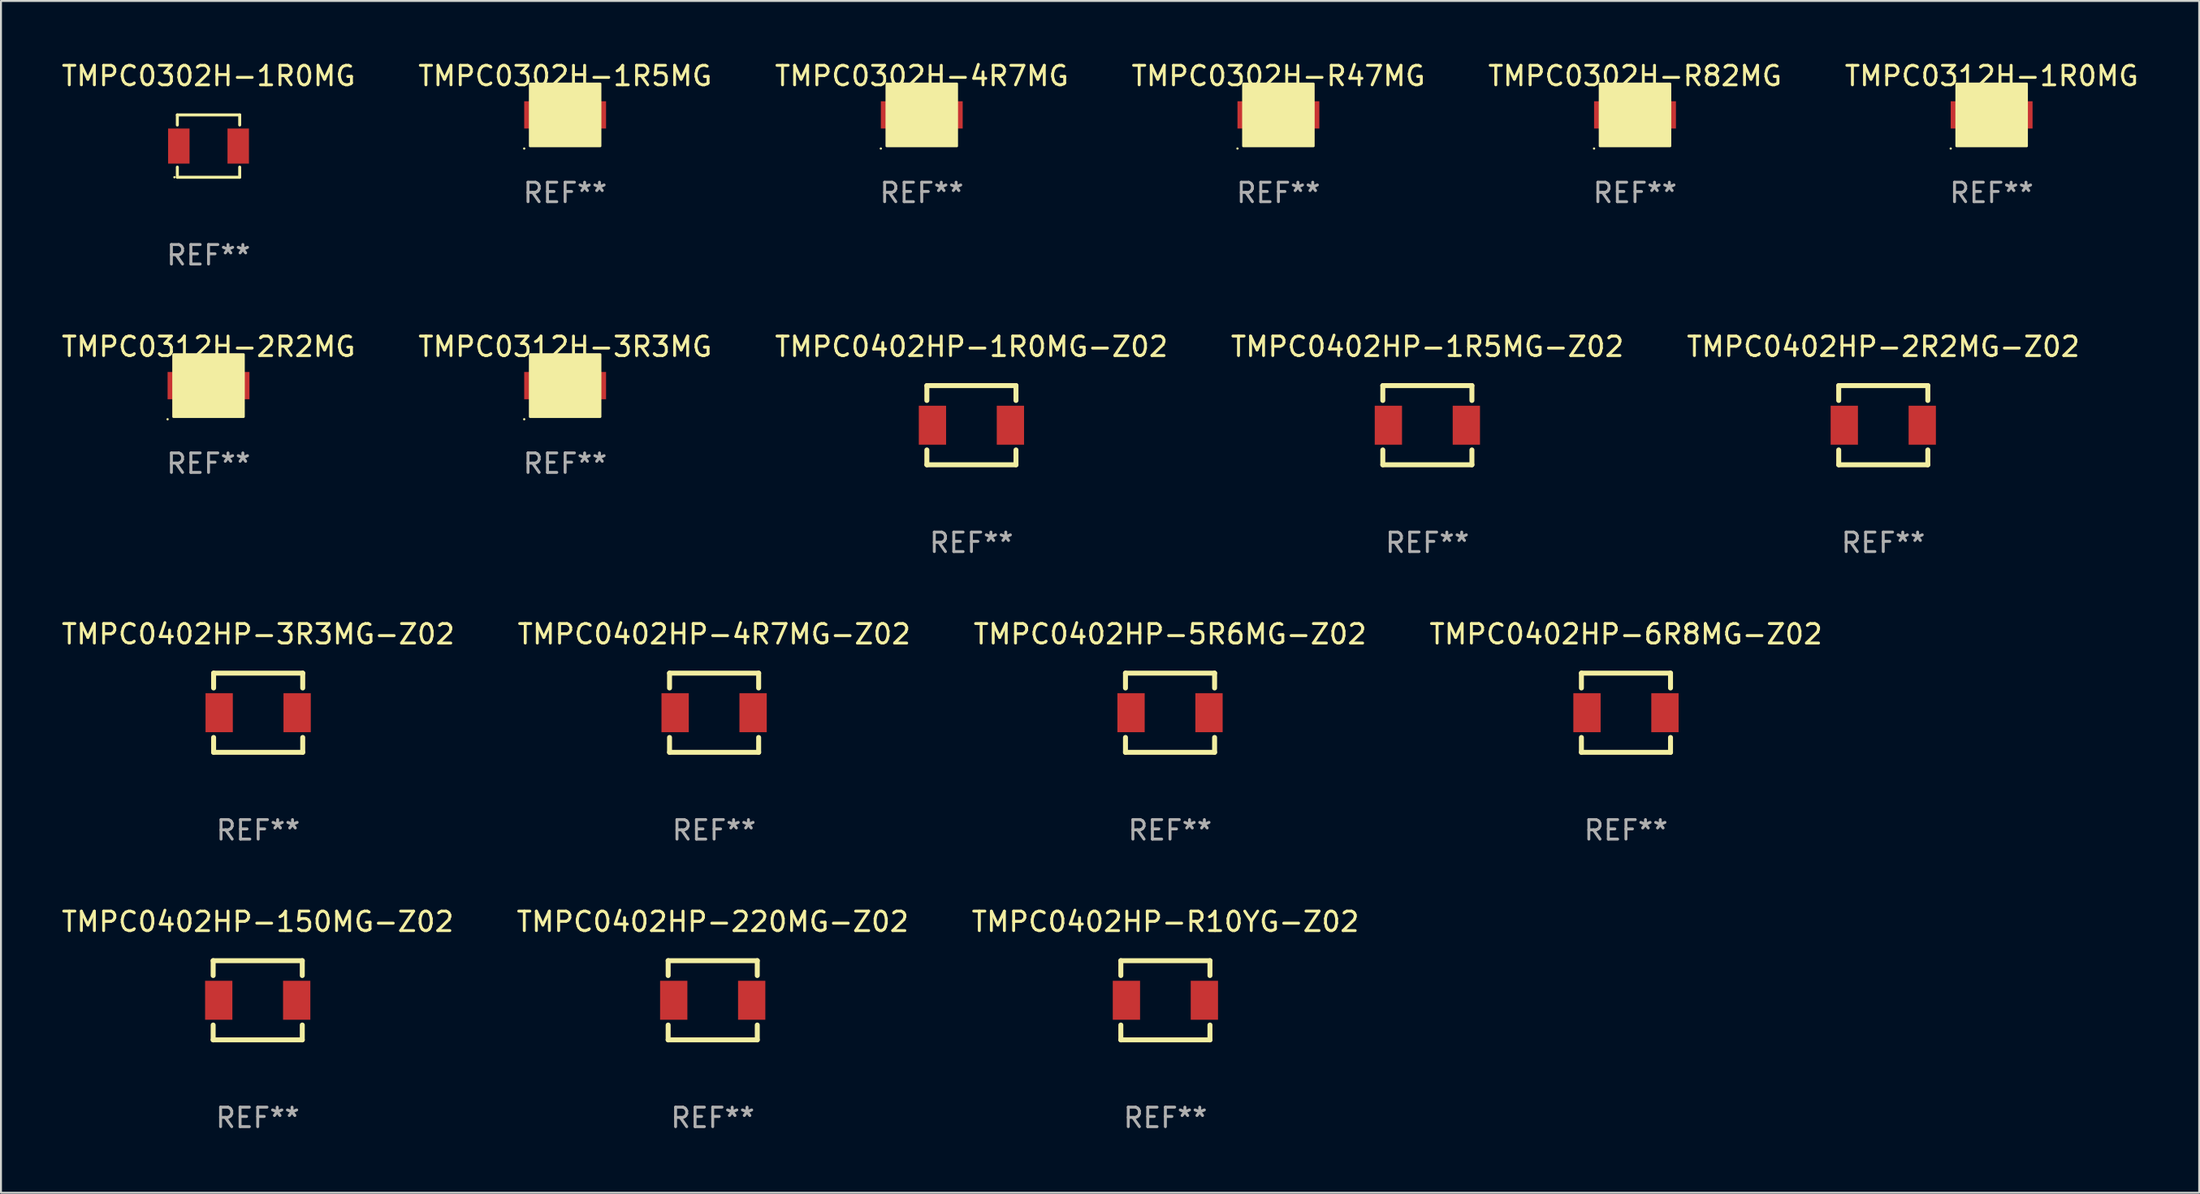
<source format=kicad_pcb>
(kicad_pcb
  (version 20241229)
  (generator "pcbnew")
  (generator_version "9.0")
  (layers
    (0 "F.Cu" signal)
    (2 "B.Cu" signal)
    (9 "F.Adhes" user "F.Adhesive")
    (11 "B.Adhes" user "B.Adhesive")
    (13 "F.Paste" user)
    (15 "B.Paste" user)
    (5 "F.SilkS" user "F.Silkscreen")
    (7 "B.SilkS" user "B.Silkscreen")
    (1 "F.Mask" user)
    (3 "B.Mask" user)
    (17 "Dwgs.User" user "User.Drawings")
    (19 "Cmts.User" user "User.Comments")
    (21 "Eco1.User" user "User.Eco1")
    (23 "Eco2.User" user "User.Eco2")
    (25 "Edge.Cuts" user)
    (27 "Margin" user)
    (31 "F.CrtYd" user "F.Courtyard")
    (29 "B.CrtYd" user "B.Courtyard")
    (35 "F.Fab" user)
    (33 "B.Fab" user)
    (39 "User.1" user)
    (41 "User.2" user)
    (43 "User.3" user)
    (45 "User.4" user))
  (footprint "TMPC0302H-1R0MG"
    (layer "F.Cu")
    (at 7.649 4.448)
    (property "Reference" "TMPC0302H-1R0MG" (at 0 -3.6 0) (layer "F.SilkS") (effects (font (size 1 1) (thickness 0.15))))
    (attr through_hole)
    (fp_line (start -1.6 -1.6) (end 1.6 -1.6) (stroke (width 0.152) (type solid)) (layer "F.SilkS"))
    (fp_line (start -1.6 -1.08) (end -1.6 -1.6) (stroke (width 0.152) (type solid)) (layer "F.SilkS"))
    (fp_line (start -1.6 1.6) (end -1.6 1.08) (stroke (width 0.152) (type solid)) (layer "F.SilkS"))
    (fp_line (start 1.6 -1.6) (end 1.6 -1.08) (stroke (width 0.152) (type solid)) (layer "F.SilkS"))
    (fp_line (start 1.6 1.08) (end 1.6 1.6) (stroke (width 0.152) (type solid)) (layer "F.SilkS"))
    (fp_line (start 1.6 1.6) (end -1.6 1.6) (stroke (width 0.152) (type solid)) (layer "F.SilkS"))
    (fp_circle (center -1.75 1.6) (end -1.72 1.6) (stroke (width 0.06) (type solid)) (fill no) (layer "F.SilkS"))
    (fp_text user "REF**" (at 0 5.6 0) (layer "F.Fab") (effects (font (size 1 1) (thickness 0.15))))
    (pad "1" smd rect (at -1.524 0) (size 1.1 1.8) (layers "F.Cu" "F.Mask" "F.Paste"))
    (pad "2" smd rect (at 1.524 0) (size 1.1 1.8) (layers "F.Cu" "F.Mask" "F.Paste")))
  (footprint "TMPC0402HP-R10YG-Z02"
    (layer "F.Cu")
    (at 56.744 48.298)
    (property "Reference" "TMPC0402HP-R10YG-Z02" (at 0 -4.032 0) (layer "F.SilkS") (effects (font (size 1 1) (thickness 0.15))))
    (attr through_hole)
    (fp_line (start -2.286 -2.032) (end 2.286 -2.032) (stroke (width 0.254) (type solid)) (layer "F.SilkS"))
    (fp_line (start -2.286 -1.27) (end -2.286 -2.032) (stroke (width 0.254) (type solid)) (layer "F.SilkS"))
    (fp_line (start -2.286 2.032) (end -2.286 1.27) (stroke (width 0.254) (type solid)) (layer "F.SilkS"))
    (fp_line (start 2.286 -2.032) (end 2.286 -1.27) (stroke (width 0.254) (type solid)) (layer "F.SilkS"))
    (fp_line (start 2.286 1.27) (end 2.286 2.032) (stroke (width 0.254) (type solid)) (layer "F.SilkS"))
    (fp_line (start 2.286 2.032) (end -2.286 2.032) (stroke (width 0.254) (type solid)) (layer "F.SilkS"))
    (fp_circle (center -2.25 2.05) (end -2.22 2.05) (stroke (width 0.06) (type solid)) (fill no) (layer "F.SilkS"))
    (fp_text user "REF**" (at 0 6.032 0) (layer "F.Fab") (effects (font (size 1 1) (thickness 0.15))))
    (pad "1" smd rect (at -2 0 90) (size 2 1.4) (layers "F.Cu" "F.Mask" "F.Paste"))
    (pad "2" smd rect (at 2 0 90) (size 2 1.4) (layers "F.Cu" "F.Mask" "F.Paste")))
  (footprint "TMPC0402HP-1R5MG-Z02"
    (layer "F.Cu")
    (at 70.185 18.777)
    (property "Reference" "TMPC0402HP-1R5MG-Z02" (at 0 -4.032 0) (layer "F.SilkS") (effects (font (size 1 1) (thickness 0.15))))
    (attr through_hole)
    (fp_line (start -2.286 -2.032) (end 2.286 -2.032) (stroke (width 0.254) (type solid)) (layer "F.SilkS"))
    (fp_line (start -2.286 -1.27) (end -2.286 -2.032) (stroke (width 0.254) (type solid)) (layer "F.SilkS"))
    (fp_line (start -2.286 2.032) (end -2.286 1.27) (stroke (width 0.254) (type solid)) (layer "F.SilkS"))
    (fp_line (start 2.286 -2.032) (end 2.286 -1.27) (stroke (width 0.254) (type solid)) (layer "F.SilkS"))
    (fp_line (start 2.286 1.27) (end 2.286 2.032) (stroke (width 0.254) (type solid)) (layer "F.SilkS"))
    (fp_line (start 2.286 2.032) (end -2.286 2.032) (stroke (width 0.254) (type solid)) (layer "F.SilkS"))
    (fp_circle (center -2.25 2.05) (end -2.22 2.05) (stroke (width 0.06) (type solid)) (fill no) (layer "F.SilkS"))
    (fp_text user "REF**" (at 0 6.032 0) (layer "F.Fab") (effects (font (size 1 1) (thickness 0.15))))
    (pad "1" smd rect (at -2 0 90) (size 2 1.4) (layers "F.Cu" "F.Mask" "F.Paste"))
    (pad "2" smd rect (at 2 0 90) (size 2 1.4) (layers "F.Cu" "F.Mask" "F.Paste")))
  (footprint "TMPC0402HP-2R2MG-Z02"
    (layer "F.Cu")
    (at 93.577 18.777)
    (property "Reference" "TMPC0402HP-2R2MG-Z02" (at 0 -4.032 0) (layer "F.SilkS") (effects (font (size 1 1) (thickness 0.15))))
    (attr through_hole)
    (fp_line (start -2.286 -2.032) (end 2.286 -2.032) (stroke (width 0.254) (type solid)) (layer "F.SilkS"))
    (fp_line (start -2.286 -1.27) (end -2.286 -2.032) (stroke (width 0.254) (type solid)) (layer "F.SilkS"))
    (fp_line (start -2.286 2.032) (end -2.286 1.27) (stroke (width 0.254) (type solid)) (layer "F.SilkS"))
    (fp_line (start 2.286 -2.032) (end 2.286 -1.27) (stroke (width 0.254) (type solid)) (layer "F.SilkS"))
    (fp_line (start 2.286 1.27) (end 2.286 2.032) (stroke (width 0.254) (type solid)) (layer "F.SilkS"))
    (fp_line (start 2.286 2.032) (end -2.286 2.032) (stroke (width 0.254) (type solid)) (layer "F.SilkS"))
    (fp_circle (center -2.25 2.05) (end -2.22 2.05) (stroke (width 0.06) (type solid)) (fill no) (layer "F.SilkS"))
    (fp_text user "REF**" (at 0 6.032 0) (layer "F.Fab") (effects (font (size 1 1) (thickness 0.15))))
    (pad "1" smd rect (at -2 0 90) (size 2 1.4) (layers "F.Cu" "F.Mask" "F.Paste"))
    (pad "2" smd rect (at 2 0 90) (size 2 1.4) (layers "F.Cu" "F.Mask" "F.Paste")))
  (footprint "TMPC0402HP-3R3MG-Z02"
    (layer "F.Cu")
    (at 10.196 33.537)
    (property "Reference" "TMPC0402HP-3R3MG-Z02" (at 0 -4.032 0) (layer "F.SilkS") (effects (font (size 1 1) (thickness 0.15))))
    (attr through_hole)
    (fp_line (start -2.286 -2.032) (end 2.286 -2.032) (stroke (width 0.254) (type solid)) (layer "F.SilkS"))
    (fp_line (start -2.286 -1.27) (end -2.286 -2.032) (stroke (width 0.254) (type solid)) (layer "F.SilkS"))
    (fp_line (start -2.286 2.032) (end -2.286 1.27) (stroke (width 0.254) (type solid)) (layer "F.SilkS"))
    (fp_line (start 2.286 -2.032) (end 2.286 -1.27) (stroke (width 0.254) (type solid)) (layer "F.SilkS"))
    (fp_line (start 2.286 1.27) (end 2.286 2.032) (stroke (width 0.254) (type solid)) (layer "F.SilkS"))
    (fp_line (start 2.286 2.032) (end -2.286 2.032) (stroke (width 0.254) (type solid)) (layer "F.SilkS"))
    (fp_circle (center -2.25 2.05) (end -2.22 2.05) (stroke (width 0.06) (type solid)) (fill no) (layer "F.SilkS"))
    (fp_text user "REF**" (at 0 6.032 0) (layer "F.Fab") (effects (font (size 1 1) (thickness 0.15))))
    (pad "1" smd rect (at -2 0 90) (size 2 1.4) (layers "F.Cu" "F.Mask" "F.Paste"))
    (pad "2" smd rect (at 2 0 90) (size 2 1.4) (layers "F.Cu" "F.Mask" "F.Paste")))
  (footprint "TMPC0402HP-5R6MG-Z02"
    (layer "F.Cu")
    (at 56.982 33.537)
    (property "Reference" "TMPC0402HP-5R6MG-Z02" (at 0 -4.032 0) (layer "F.SilkS") (effects (font (size 1 1) (thickness 0.15))))
    (attr through_hole)
    (fp_line (start -2.286 -2.032) (end 2.286 -2.032) (stroke (width 0.254) (type solid)) (layer "F.SilkS"))
    (fp_line (start -2.286 -1.27) (end -2.286 -2.032) (stroke (width 0.254) (type solid)) (layer "F.SilkS"))
    (fp_line (start -2.286 2.032) (end -2.286 1.27) (stroke (width 0.254) (type solid)) (layer "F.SilkS"))
    (fp_line (start 2.286 -2.032) (end 2.286 -1.27) (stroke (width 0.254) (type solid)) (layer "F.SilkS"))
    (fp_line (start 2.286 1.27) (end 2.286 2.032) (stroke (width 0.254) (type solid)) (layer "F.SilkS"))
    (fp_line (start 2.286 2.032) (end -2.286 2.032) (stroke (width 0.254) (type solid)) (layer "F.SilkS"))
    (fp_circle (center -2.25 2.05) (end -2.22 2.05) (stroke (width 0.06) (type solid)) (fill no) (layer "F.SilkS"))
    (fp_text user "REF**" (at 0 6.032 0) (layer "F.Fab") (effects (font (size 1 1) (thickness 0.15))))
    (pad "1" smd rect (at -2 0 90) (size 2 1.4) (layers "F.Cu" "F.Mask" "F.Paste"))
    (pad "2" smd rect (at 2 0 90) (size 2 1.4) (layers "F.Cu" "F.Mask" "F.Paste")))
  (footprint "TMPC0312H-1R0MG"
    (layer "F.Cu")
    (at 99.137 2.848)
    (property "Reference" "TMPC0312H-1R0MG" (at 0 -2 0) (layer "F.SilkS") (effects (font (size 1 1) (thickness 0.15))))
    (attr through_hole)
    (fp_circle (center -2.1 1.727) (end -2.07 1.727) (stroke (width 0.06) (type solid)) (fill no) (layer "F.SilkS"))
    (fp_poly (pts (xy -1.8 -1.6) (xy 1.8 -1.6) (xy 1.8 1.6) (xy -1.8 1.6)) (stroke (width 0.12) (type solid)) (fill yes) (layer "F.SilkS"))
    (fp_text user "REF**" (at 0 4 0) (layer "F.Fab") (effects (font (size 1 1) (thickness 0.15))))
    (pad "1" smd rect (at -1.6 0) (size 1 1.4) (layers "F.Cu" "F.Mask" "F.Paste"))
    (pad "2" smd rect (at 1.6 0) (size 1 1.4) (layers "F.Cu" "F.Mask" "F.Paste")))
  (footprint "TMPC0402HP-220MG-Z02"
    (layer "F.Cu")
    (at 33.518 48.298)
    (property "Reference" "TMPC0402HP-220MG-Z02" (at 0 -4.032 0) (layer "F.SilkS") (effects (font (size 1 1) (thickness 0.15))))
    (attr through_hole)
    (fp_line (start -2.286 -2.032) (end 2.286 -2.032) (stroke (width 0.254) (type solid)) (layer "F.SilkS"))
    (fp_line (start -2.286 -1.27) (end -2.286 -2.032) (stroke (width 0.254) (type solid)) (layer "F.SilkS"))
    (fp_line (start -2.286 2.032) (end -2.286 1.27) (stroke (width 0.254) (type solid)) (layer "F.SilkS"))
    (fp_line (start 2.286 -2.032) (end 2.286 -1.27) (stroke (width 0.254) (type solid)) (layer "F.SilkS"))
    (fp_line (start 2.286 1.27) (end 2.286 2.032) (stroke (width 0.254) (type solid)) (layer "F.SilkS"))
    (fp_line (start 2.286 2.032) (end -2.286 2.032) (stroke (width 0.254) (type solid)) (layer "F.SilkS"))
    (fp_circle (center -2.25 2.05) (end -2.22 2.05) (stroke (width 0.06) (type solid)) (fill no) (layer "F.SilkS"))
    (fp_text user "REF**" (at 0 6.032 0) (layer "F.Fab") (effects (font (size 1 1) (thickness 0.15))))
    (pad "1" smd rect (at -2 0 90) (size 2 1.4) (layers "F.Cu" "F.Mask" "F.Paste"))
    (pad "2" smd rect (at 2 0 90) (size 2 1.4) (layers "F.Cu" "F.Mask" "F.Paste")))
  (footprint "TMPC0302H-1R5MG"
    (layer "F.Cu")
    (at 25.946 2.848)
    (property "Reference" "TMPC0302H-1R5MG" (at 0 -2 0) (layer "F.SilkS") (effects (font (size 1 1) (thickness 0.15))))
    (attr through_hole)
    (fp_circle (center -2.1 1.727) (end -2.07 1.727) (stroke (width 0.06) (type solid)) (fill no) (layer "F.SilkS"))
    (fp_poly (pts (xy -1.8 -1.6) (xy 1.8 -1.6) (xy 1.8 1.6) (xy -1.8 1.6)) (stroke (width 0.12) (type solid)) (fill yes) (layer "F.SilkS"))
    (fp_text user "REF**" (at 0 4 0) (layer "F.Fab") (effects (font (size 1 1) (thickness 0.15))))
    (pad "1" smd rect (at -1.6 0) (size 1 1.4) (layers "F.Cu" "F.Mask" "F.Paste"))
    (pad "2" smd rect (at 1.6 0) (size 1 1.4) (layers "F.Cu" "F.Mask" "F.Paste")))
  (footprint "TMPC0402HP-150MG-Z02"
    (layer "F.Cu")
    (at 10.173 48.298)
    (property "Reference" "TMPC0402HP-150MG-Z02" (at 0 -4.032 0) (layer "F.SilkS") (effects (font (size 1 1) (thickness 0.15))))
    (attr through_hole)
    (fp_line (start -2.286 -2.032) (end 2.286 -2.032) (stroke (width 0.254) (type solid)) (layer "F.SilkS"))
    (fp_line (start -2.286 -1.27) (end -2.286 -2.032) (stroke (width 0.254) (type solid)) (layer "F.SilkS"))
    (fp_line (start -2.286 2.032) (end -2.286 1.27) (stroke (width 0.254) (type solid)) (layer "F.SilkS"))
    (fp_line (start 2.286 -2.032) (end 2.286 -1.27) (stroke (width 0.254) (type solid)) (layer "F.SilkS"))
    (fp_line (start 2.286 1.27) (end 2.286 2.032) (stroke (width 0.254) (type solid)) (layer "F.SilkS"))
    (fp_line (start 2.286 2.032) (end -2.286 2.032) (stroke (width 0.254) (type solid)) (layer "F.SilkS"))
    (fp_circle (center -2.25 2.05) (end -2.22 2.05) (stroke (width 0.06) (type solid)) (fill no) (layer "F.SilkS"))
    (fp_text user "REF**" (at 0 6.032 0) (layer "F.Fab") (effects (font (size 1 1) (thickness 0.15))))
    (pad "1" smd rect (at -2 0 90) (size 2 1.4) (layers "F.Cu" "F.Mask" "F.Paste"))
    (pad "2" smd rect (at 2 0 90) (size 2 1.4) (layers "F.Cu" "F.Mask" "F.Paste")))
  (footprint "TMPC0402HP-1R0MG-Z02"
    (layer "F.Cu")
    (at 46.792 18.777)
    (property "Reference" "TMPC0402HP-1R0MG-Z02" (at 0 -4.032 0) (layer "F.SilkS") (effects (font (size 1 1) (thickness 0.15))))
    (attr through_hole)
    (fp_line (start -2.286 -2.032) (end 2.286 -2.032) (stroke (width 0.254) (type solid)) (layer "F.SilkS"))
    (fp_line (start -2.286 -1.27) (end -2.286 -2.032) (stroke (width 0.254) (type solid)) (layer "F.SilkS"))
    (fp_line (start -2.286 2.032) (end -2.286 1.27) (stroke (width 0.254) (type solid)) (layer "F.SilkS"))
    (fp_line (start 2.286 -2.032) (end 2.286 -1.27) (stroke (width 0.254) (type solid)) (layer "F.SilkS"))
    (fp_line (start 2.286 1.27) (end 2.286 2.032) (stroke (width 0.254) (type solid)) (layer "F.SilkS"))
    (fp_line (start 2.286 2.032) (end -2.286 2.032) (stroke (width 0.254) (type solid)) (layer "F.SilkS"))
    (fp_circle (center -2.25 2.05) (end -2.22 2.05) (stroke (width 0.06) (type solid)) (fill no) (layer "F.SilkS"))
    (fp_text user "REF**" (at 0 6.032 0) (layer "F.Fab") (effects (font (size 1 1) (thickness 0.15))))
    (pad "1" smd rect (at -2 0 90) (size 2 1.4) (layers "F.Cu" "F.Mask" "F.Paste"))
    (pad "2" smd rect (at 2 0 90) (size 2 1.4) (layers "F.Cu" "F.Mask" "F.Paste")))
  (footprint "TMPC0312H-2R2MG"
    (layer "F.Cu")
    (at 7.649 16.745)
    (property "Reference" "TMPC0312H-2R2MG" (at 0 -2 0) (layer "F.SilkS") (effects (font (size 1 1) (thickness 0.15))))
    (attr through_hole)
    (fp_circle (center -2.1 1.727) (end -2.07 1.727) (stroke (width 0.06) (type solid)) (fill no) (layer "F.SilkS"))
    (fp_poly (pts (xy -1.8 -1.6) (xy 1.8 -1.6) (xy 1.8 1.6) (xy -1.8 1.6)) (stroke (width 0.12) (type solid)) (fill yes) (layer "F.SilkS"))
    (fp_text user "REF**" (at 0 4 0) (layer "F.Fab") (effects (font (size 1 1) (thickness 0.15))))
    (pad "1" smd rect (at -1.6 0) (size 1 1.4) (layers "F.Cu" "F.Mask" "F.Paste"))
    (pad "2" smd rect (at 1.6 0) (size 1 1.4) (layers "F.Cu" "F.Mask" "F.Paste")))
  (footprint "TMPC0312H-3R3MG"
    (layer "F.Cu")
    (at 25.946 16.745)
    (property "Reference" "TMPC0312H-3R3MG" (at 0 -2 0) (layer "F.SilkS") (effects (font (size 1 1) (thickness 0.15))))
    (attr through_hole)
    (fp_circle (center -2.1 1.727) (end -2.07 1.727) (stroke (width 0.06) (type solid)) (fill no) (layer "F.SilkS"))
    (fp_poly (pts (xy -1.8 -1.6) (xy 1.8 -1.6) (xy 1.8 1.6) (xy -1.8 1.6)) (stroke (width 0.12) (type solid)) (fill yes) (layer "F.SilkS"))
    (fp_text user "REF**" (at 0 4 0) (layer "F.Fab") (effects (font (size 1 1) (thickness 0.15))))
    (pad "1" smd rect (at -1.6 0) (size 1 1.4) (layers "F.Cu" "F.Mask" "F.Paste"))
    (pad "2" smd rect (at 1.6 0) (size 1 1.4) (layers "F.Cu" "F.Mask" "F.Paste")))
  (footprint "TMPC0402HP-4R7MG-Z02"
    (layer "F.Cu")
    (at 33.589 33.537)
    (property "Reference" "TMPC0402HP-4R7MG-Z02" (at 0 -4.032 0) (layer "F.SilkS") (effects (font (size 1 1) (thickness 0.15))))
    (attr through_hole)
    (fp_line (start -2.286 -2.032) (end 2.286 -2.032) (stroke (width 0.254) (type solid)) (layer "F.SilkS"))
    (fp_line (start -2.286 -1.27) (end -2.286 -2.032) (stroke (width 0.254) (type solid)) (layer "F.SilkS"))
    (fp_line (start -2.286 2.032) (end -2.286 1.27) (stroke (width 0.254) (type solid)) (layer "F.SilkS"))
    (fp_line (start 2.286 -2.032) (end 2.286 -1.27) (stroke (width 0.254) (type solid)) (layer "F.SilkS"))
    (fp_line (start 2.286 1.27) (end 2.286 2.032) (stroke (width 0.254) (type solid)) (layer "F.SilkS"))
    (fp_line (start 2.286 2.032) (end -2.286 2.032) (stroke (width 0.254) (type solid)) (layer "F.SilkS"))
    (fp_circle (center -2.25 2.05) (end -2.22 2.05) (stroke (width 0.06) (type solid)) (fill no) (layer "F.SilkS"))
    (fp_text user "REF**" (at 0 6.032 0) (layer "F.Fab") (effects (font (size 1 1) (thickness 0.15))))
    (pad "1" smd rect (at -2 0 90) (size 2 1.4) (layers "F.Cu" "F.Mask" "F.Paste"))
    (pad "2" smd rect (at 2 0 90) (size 2 1.4) (layers "F.Cu" "F.Mask" "F.Paste")))
  (footprint "TMPC0402HP-6R8MG-Z02"
    (layer "F.Cu")
    (at 80.375 33.537)
    (property "Reference" "TMPC0402HP-6R8MG-Z02" (at 0 -4.032 0) (layer "F.SilkS") (effects (font (size 1 1) (thickness 0.15))))
    (attr through_hole)
    (fp_line (start -2.286 -2.032) (end 2.286 -2.032) (stroke (width 0.254) (type solid)) (layer "F.SilkS"))
    (fp_line (start -2.286 -1.27) (end -2.286 -2.032) (stroke (width 0.254) (type solid)) (layer "F.SilkS"))
    (fp_line (start -2.286 2.032) (end -2.286 1.27) (stroke (width 0.254) (type solid)) (layer "F.SilkS"))
    (fp_line (start 2.286 -2.032) (end 2.286 -1.27) (stroke (width 0.254) (type solid)) (layer "F.SilkS"))
    (fp_line (start 2.286 1.27) (end 2.286 2.032) (stroke (width 0.254) (type solid)) (layer "F.SilkS"))
    (fp_line (start 2.286 2.032) (end -2.286 2.032) (stroke (width 0.254) (type solid)) (layer "F.SilkS"))
    (fp_circle (center -2.25 2.05) (end -2.22 2.05) (stroke (width 0.06) (type solid)) (fill no) (layer "F.SilkS"))
    (fp_text user "REF**" (at 0 6.032 0) (layer "F.Fab") (effects (font (size 1 1) (thickness 0.15))))
    (pad "1" smd rect (at -2 0 90) (size 2 1.4) (layers "F.Cu" "F.Mask" "F.Paste"))
    (pad "2" smd rect (at 2 0 90) (size 2 1.4) (layers "F.Cu" "F.Mask" "F.Paste")))
  (footprint "TMPC0302H-R82MG"
    (layer "F.Cu")
    (at 80.839 2.848)
    (property "Reference" "TMPC0302H-R82MG" (at 0 -2 0) (layer "F.SilkS") (effects (font (size 1 1) (thickness 0.15))))
    (attr through_hole)
    (fp_circle (center -2.1 1.727) (end -2.07 1.727) (stroke (width 0.06) (type solid)) (fill no) (layer "F.SilkS"))
    (fp_poly (pts (xy -1.8 -1.6) (xy 1.8 -1.6) (xy 1.8 1.6) (xy -1.8 1.6)) (stroke (width 0.12) (type solid)) (fill yes) (layer "F.SilkS"))
    (fp_text user "REF**" (at 0 4 0) (layer "F.Fab") (effects (font (size 1 1) (thickness 0.15))))
    (pad "1" smd rect (at -1.6 0) (size 1 1.4) (layers "F.Cu" "F.Mask" "F.Paste"))
    (pad "2" smd rect (at 1.6 0) (size 1 1.4) (layers "F.Cu" "F.Mask" "F.Paste")))
  (footprint "TMPC0302H-4R7MG"
    (layer "F.Cu")
    (at 44.244 2.848)
    (property "Reference" "TMPC0302H-4R7MG" (at 0 -2 0) (layer "F.SilkS") (effects (font (size 1 1) (thickness 0.15))))
    (attr through_hole)
    (fp_circle (center -2.1 1.727) (end -2.07 1.727) (stroke (width 0.06) (type solid)) (fill no) (layer "F.SilkS"))
    (fp_poly (pts (xy -1.8 -1.6) (xy 1.8 -1.6) (xy 1.8 1.6) (xy -1.8 1.6)) (stroke (width 0.12) (type solid)) (fill yes) (layer "F.SilkS"))
    (fp_text user "REF**" (at 0 4 0) (layer "F.Fab") (effects (font (size 1 1) (thickness 0.15))))
    (pad "1" smd rect (at -1.6 0) (size 1 1.4) (layers "F.Cu" "F.Mask" "F.Paste"))
    (pad "2" smd rect (at 1.6 0) (size 1 1.4) (layers "F.Cu" "F.Mask" "F.Paste")))
  (footprint "TMPC0302H-R47MG"
    (layer "F.Cu")
    (at 62.542 2.848)
    (property "Reference" "TMPC0302H-R47MG" (at 0 -2 0) (layer "F.SilkS") (effects (font (size 1 1) (thickness 0.15))))
    (attr through_hole)
    (fp_circle (center -2.1 1.727) (end -2.07 1.727) (stroke (width 0.06) (type solid)) (fill no) (layer "F.SilkS"))
    (fp_poly (pts (xy -1.8 -1.6) (xy 1.8 -1.6) (xy 1.8 1.6) (xy -1.8 1.6)) (stroke (width 0.12) (type solid)) (fill yes) (layer "F.SilkS"))
    (fp_text user "REF**" (at 0 4 0) (layer "F.Fab") (effects (font (size 1 1) (thickness 0.15))))
    (pad "1" smd rect (at -1.6 0) (size 1 1.4) (layers "F.Cu" "F.Mask" "F.Paste"))
    (pad "2" smd rect (at 1.6 0) (size 1 1.4) (layers "F.Cu" "F.Mask" "F.Paste")))
  (gr_rect
    (start -3 -3)
    (end 109.786 58.178)
    (stroke (width 0.1) (type default))
    (fill no)
    (layer "Edge.Cuts")))
</source>
